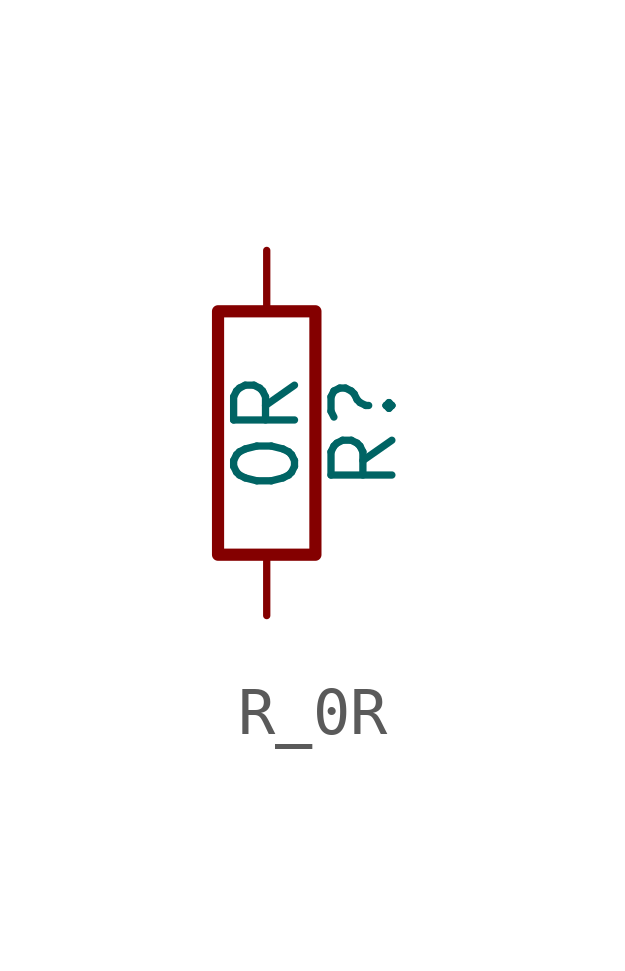
<source format=kicad_sym>
(kicad_symbol_lib
  (version 20241209)
  (generator "kicad_symbol_editor")
  (generator_version "9.0")
  (symbol "R_0R"
    (pin_numbers
      (hide yes))
    (pin_names
      (offset 0))
    (property "Reference" "R"
      (at 2.032 0 90)
      (effects (font (size 1.27 1.27))))
    (property "Value" "0R"
      (at 0 0 90)
      (effects (font (size 1.27 1.27))))
    (symbol "R_0R_0_1"
      (rectangle (start -1.016 -2.54) (end 1.016 2.54) (stroke (width 0.254) (type default)) (fill (type none))))
    (symbol "R_0R_1_1"
      (pin passive line (at 0 3.81 270) (length 1.27) (name "~" (effects (font (size 1.27 1.27)))) (number "1" (effects (font (size 1.27 1.27)))))
      (pin passive line (at 0 -3.81 90) (length 1.27) (name "~" (effects (font (size 1.27 1.27)))) (number "2" (effects (font (size 1.27 1.27))))))))
</source>
